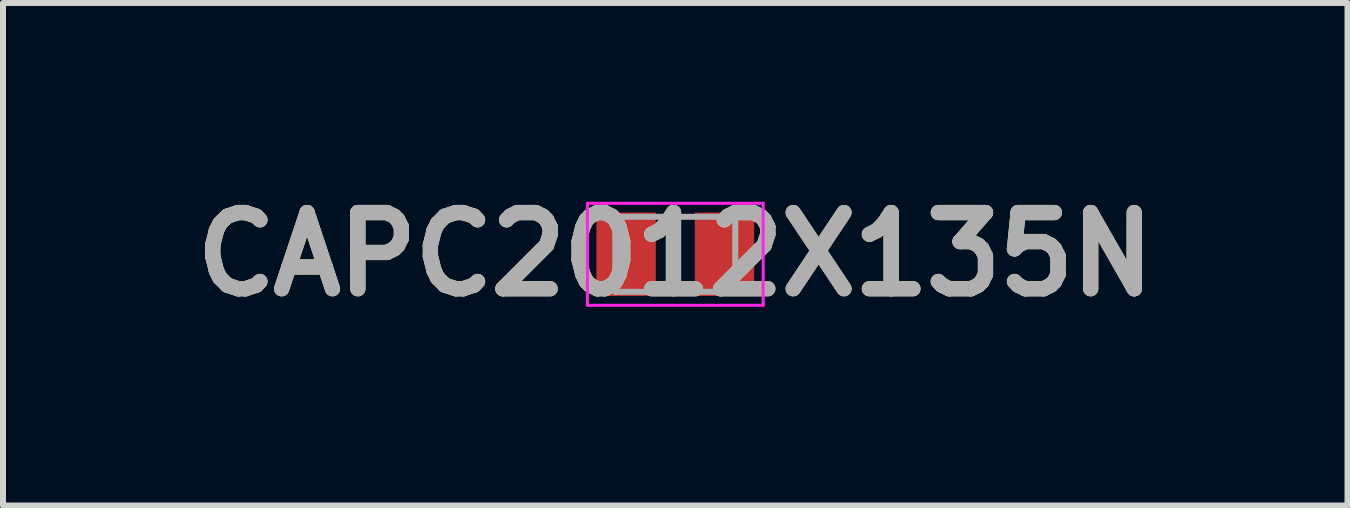
<source format=kicad_pcb>
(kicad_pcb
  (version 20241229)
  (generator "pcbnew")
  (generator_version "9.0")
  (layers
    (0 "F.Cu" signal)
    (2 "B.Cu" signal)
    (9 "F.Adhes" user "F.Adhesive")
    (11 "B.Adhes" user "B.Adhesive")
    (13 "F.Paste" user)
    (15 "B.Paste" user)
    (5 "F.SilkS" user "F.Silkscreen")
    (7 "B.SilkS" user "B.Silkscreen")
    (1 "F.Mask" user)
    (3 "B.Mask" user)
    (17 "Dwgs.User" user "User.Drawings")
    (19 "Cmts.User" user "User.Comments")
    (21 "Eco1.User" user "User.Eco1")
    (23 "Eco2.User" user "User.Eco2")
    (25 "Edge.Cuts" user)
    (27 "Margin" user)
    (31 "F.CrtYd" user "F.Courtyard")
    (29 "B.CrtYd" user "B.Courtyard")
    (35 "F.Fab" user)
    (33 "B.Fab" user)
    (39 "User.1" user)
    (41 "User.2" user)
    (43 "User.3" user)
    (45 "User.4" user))
  (footprint "CAPC2012X135N"
    (layer "F.Cu")
    (at 8.207 1.189)
    (property "Reference" "CAPC2012X135N" (at 0 0 0) (layer "F.SilkS") (effects (font (size 1.27 1.27) (thickness 0.254))))
    (attr smd)
    (fp_line (start -1.465 -0.85) (end 1.465 -0.85) (stroke (width 0.05) (type solid)) (layer "F.CrtYd"))
    (fp_line (start -1.465 0.85) (end -1.465 -0.85) (stroke (width 0.05) (type solid)) (layer "F.CrtYd"))
    (fp_line (start 1.465 -0.85) (end 1.465 0.85) (stroke (width 0.05) (type solid)) (layer "F.CrtYd"))
    (fp_line (start 1.465 0.85) (end -1.465 0.85) (stroke (width 0.05) (type solid)) (layer "F.CrtYd"))
    (fp_line (start -1 -0.625) (end 1 -0.625) (stroke (width 0.1) (type solid)) (layer "F.Fab"))
    (fp_line (start -1 0.625) (end -1 -0.625) (stroke (width 0.1) (type solid)) (layer "F.Fab"))
    (fp_line (start 1 -0.625) (end 1 0.625) (stroke (width 0.1) (type solid)) (layer "F.Fab"))
    (fp_line (start 1 0.625) (end -1 0.625) (stroke (width 0.1) (type solid)) (layer "F.Fab"))
    (fp_text user "${REFERENCE}" (at 0 0 0) (layer "F.Fab") (effects (font (size 1.27 1.27) (thickness 0.254))))
    (pad "1" smd rect (at -0.82 0) (size 0.99 1.39) (layers "F.Cu" "F.Mask" "F.Paste"))
    (pad "2" smd rect (at 0.82 0) (size 0.99 1.39) (layers "F.Cu" "F.Mask" "F.Paste")))
  (gr_rect
    (start -3 -3)
    (end 19.413 5.377)
    (stroke (width 0.1) (type default))
    (fill no)
    (layer "Edge.Cuts")))
</source>
